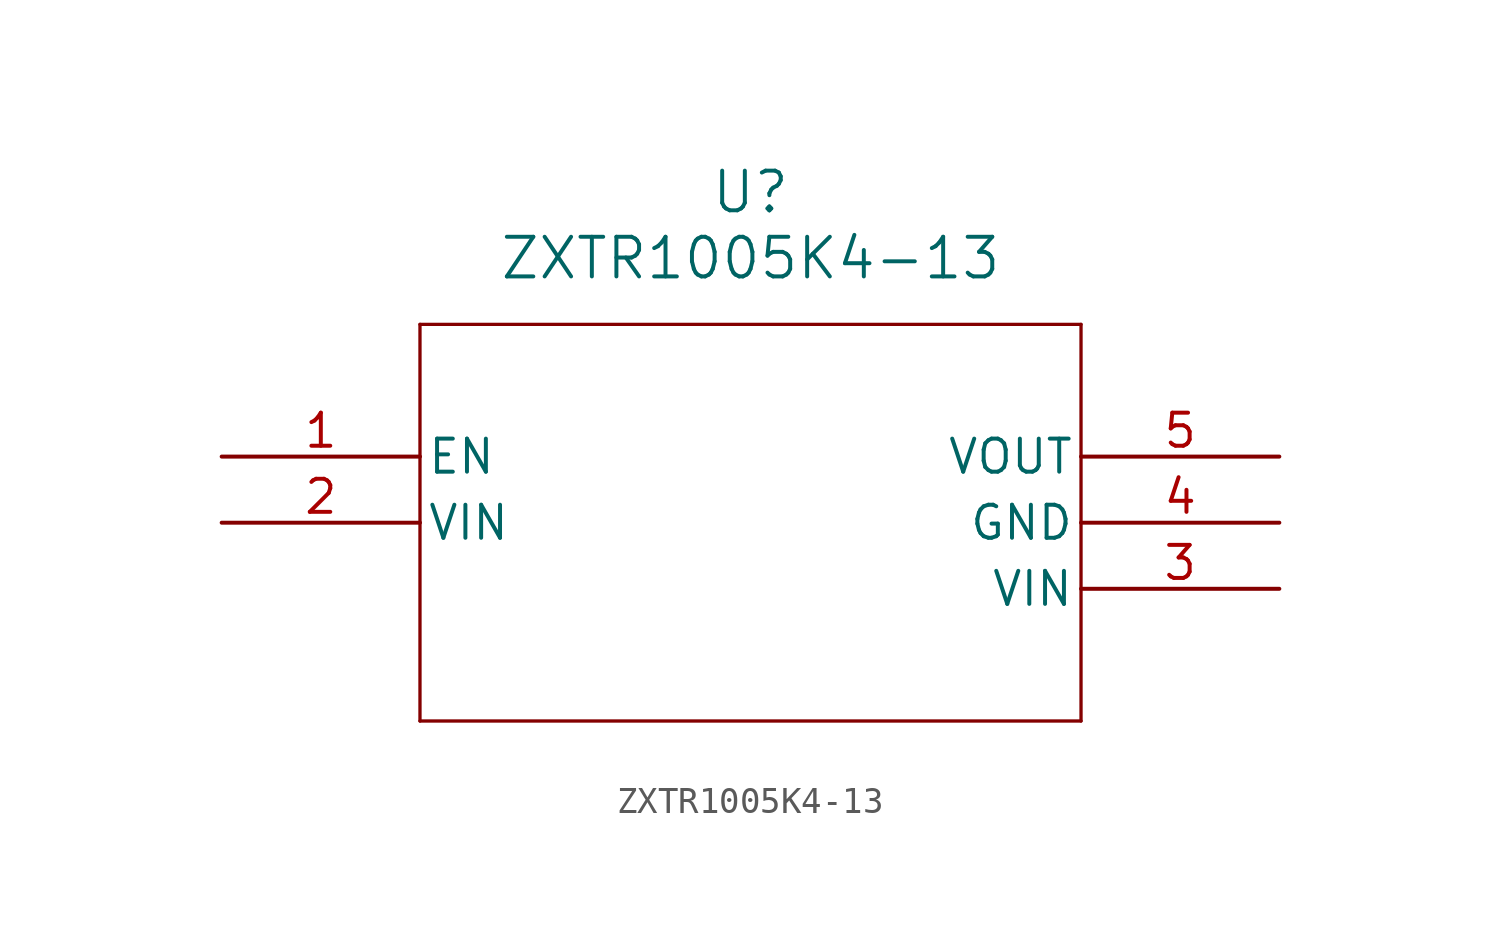
<source format=kicad_sym>
(kicad_symbol_lib
  (version 20231120)
  (generator "kicad_symbol_editor")
  (generator_version "8.0")
  (symbol "ZXTR1005K4-13"
    (pin_names
      (offset 0.254))
    (property "Reference" "U"
      (at 20.32 10.16 0)
      (effects (font (size 1.524 1.524))))
    (property "Value" "ZXTR1005K4-13"
      (at 20.32 7.62 0)
      (effects (font (size 1.524 1.524))))
    (property "ki_locked" ""
      (at 0 0 0)
      (effects (font (size 1.27 1.27))))
    (symbol "ZXTR1005K4-13_0_1"
      (polyline (pts (xy 7.62 -10.16) (xy 33.02 -10.16)) (stroke (width 0.127) (type default)) (fill (type none)))
      (polyline (pts (xy 7.62 5.08) (xy 7.62 -10.16)) (stroke (width 0.127) (type default)) (fill (type none)))
      (polyline (pts (xy 33.02 -10.16) (xy 33.02 5.08)) (stroke (width 0.127) (type default)) (fill (type none)))
      (polyline (pts (xy 33.02 5.08) (xy 7.62 5.08)) (stroke (width 0.127) (type default)) (fill (type none)))
      (pin input line (at 0 0 0) (length 7.62) (name "EN" (effects (font (size 1.27 1.27)))) (number "1" (effects (font (size 1.27 1.27))))))
    (symbol "ZXTR1005K4-13_1_1"
      (pin passive line (at 0 -2.54 0) (length 7.62) (name "VIN" (effects (font (size 1.27 1.27)))) (number "2" (effects (font (size 1.27 1.27)))))
      (pin passive line (at 40.64 -5.08 180) (length 7.62) (name "VIN" (effects (font (size 1.27 1.27)))) (number "3" (effects (font (size 1.27 1.27)))))
      (pin passive line (at 40.64 -2.54 180) (length 7.62) (name "GND" (effects (font (size 1.27 1.27)))) (number "4" (effects (font (size 1.27 1.27)))))
      (pin power_out line (at 40.64 0 180) (length 7.62) (name "VOUT" (effects (font (size 1.27 1.27)))) (number "5" (effects (font (size 1.27 1.27))))))))
</source>
